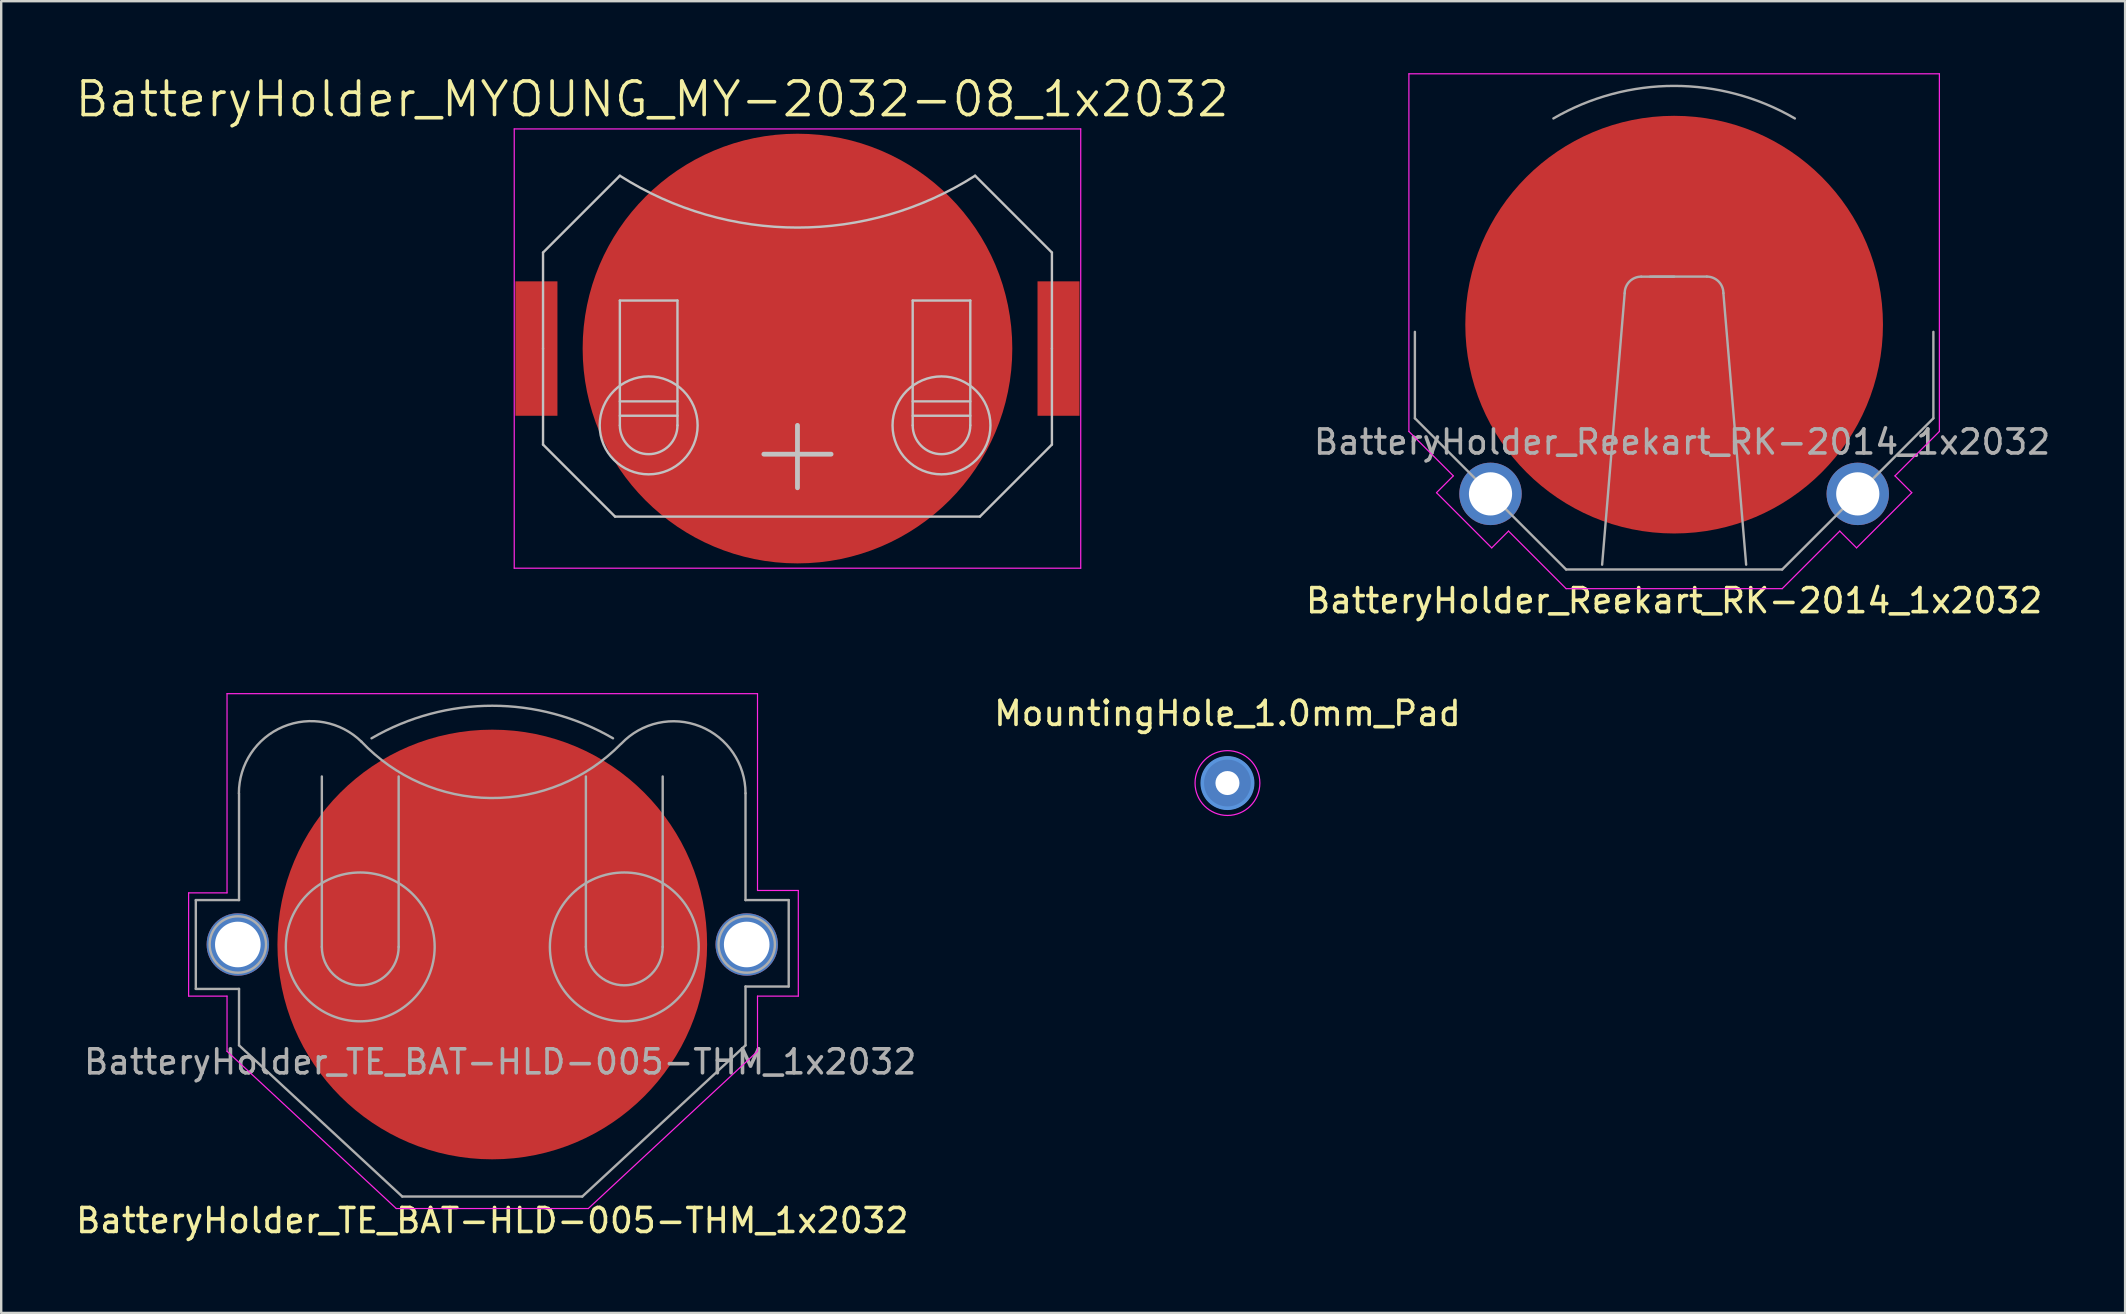
<source format=kicad_pcb>
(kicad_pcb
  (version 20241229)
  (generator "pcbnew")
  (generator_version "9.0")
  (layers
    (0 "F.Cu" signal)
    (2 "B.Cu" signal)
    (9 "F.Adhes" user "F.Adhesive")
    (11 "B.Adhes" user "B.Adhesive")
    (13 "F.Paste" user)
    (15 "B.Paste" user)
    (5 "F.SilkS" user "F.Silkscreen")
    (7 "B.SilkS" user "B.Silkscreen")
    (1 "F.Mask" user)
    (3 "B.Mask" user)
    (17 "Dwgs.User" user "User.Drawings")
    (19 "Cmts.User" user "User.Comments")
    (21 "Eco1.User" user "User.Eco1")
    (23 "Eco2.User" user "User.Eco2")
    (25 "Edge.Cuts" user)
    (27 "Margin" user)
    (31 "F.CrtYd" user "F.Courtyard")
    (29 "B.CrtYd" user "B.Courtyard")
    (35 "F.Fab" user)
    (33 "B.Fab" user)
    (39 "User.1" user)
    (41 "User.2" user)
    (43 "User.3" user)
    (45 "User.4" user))
  (footprint "BatteryHolder_MYOUNG_MY-2032-08_1x2032"
    (layer "F.Cu")
    (at 30.173 11.471)
    (property "Reference" "BatteryHolder_MYOUNG_MY-2032-08_1x2032" (at -6.055 -10.389 0) (layer "F.SilkS") (effects (font (size 1.4 1.4) (thickness 0.15))))
    (attr smd)
    (fp_line (start -10.6 -4) (end -7.4 -7.2) (stroke (width 0.1) (type default)) (layer "Dwgs.User"))
    (fp_line (start -10.6 0) (end -10.6 -4) (stroke (width 0.1) (type default)) (layer "Dwgs.User"))
    (fp_line (start -10.6 4) (end -10.6 0) (stroke (width 0.1) (type default)) (layer "Dwgs.User"))
    (fp_line (start -7.6 7) (end -10.6 4) (stroke (width 0.1) (type default)) (layer "Dwgs.User"))
    (fp_line (start -7.4 -2) (end -5 -2) (stroke (width 0.1) (type default)) (layer "Dwgs.User"))
    (fp_line (start -7.4 2.2) (end -5 2.2) (stroke (width 0.1) (type default)) (layer "Dwgs.User"))
    (fp_line (start -7.4 2.8) (end -5 2.8) (stroke (width 0.1) (type default)) (layer "Dwgs.User"))
    (fp_line (start -7.4 3.2) (end -7.4 -2) (stroke (width 0.1) (type default)) (layer "Dwgs.User"))
    (fp_line (start -5 -2) (end -5 3.2) (stroke (width 0.1) (type default)) (layer "Dwgs.User"))
    (fp_line (start -1.4 4.4) (end 1.4 4.4) (stroke (width 0.2) (type default)) (layer "Dwgs.User"))
    (fp_line (start 0 5.8) (end 0 3.2) (stroke (width 0.2) (type default)) (layer "Dwgs.User"))
    (fp_line (start 4.8 -2) (end 7.2 -2) (stroke (width 0.1) (type default)) (layer "Dwgs.User"))
    (fp_line (start 4.8 2.8) (end 7.2 2.8) (stroke (width 0.1) (type default)) (layer "Dwgs.User"))
    (fp_line (start 4.8 3.2) (end 4.8 -2) (stroke (width 0.1) (type default)) (layer "Dwgs.User"))
    (fp_line (start 7.2 -2) (end 7.2 3.2) (stroke (width 0.1) (type default)) (layer "Dwgs.User"))
    (fp_line (start 7.2 2.2) (end 4.8 2.2) (stroke (width 0.1) (type default)) (layer "Dwgs.User"))
    (fp_line (start 7.6 7) (end -7.6 7) (stroke (width 0.1) (type default)) (layer "Dwgs.User"))
    (fp_line (start 10.6 -4) (end 7.4 -7.2) (stroke (width 0.1) (type default)) (layer "Dwgs.User"))
    (fp_line (start 10.6 0) (end 10.6 -4) (stroke (width 0.1) (type default)) (layer "Dwgs.User"))
    (fp_line (start 10.6 0) (end 10.6 4) (stroke (width 0.1) (type default)) (layer "Dwgs.User"))
    (fp_line (start 10.6 4) (end 7.6 7) (stroke (width 0.1) (type default)) (layer "Dwgs.User"))
    (fp_arc (start -5 3.2) (mid -6.2 4.4) (end -7.4 3.2) (stroke (width 0.1) (type default)) (layer "Dwgs.User"))
    (fp_arc (start 7.2 3.2) (mid 6 4.4) (end 4.8 3.2) (stroke (width 0.1) (type default)) (layer "Dwgs.User"))
    (fp_arc (start 7.4 -7.2) (mid 0 -5.04064) (end -7.4 -7.2) (stroke (width 0.1) (type default)) (layer "Dwgs.User"))
    (fp_circle (center -6.2 3.2) (end -4.2 3.6) (stroke (width 0.1) (type default)) (fill no) (layer "Dwgs.User"))
    (fp_circle (center 6 3.2) (end 8 3.6) (stroke (width 0.1) (type default)) (fill no) (layer "Dwgs.User"))
    (fp_line (start -11.8 -9.15) (end 11.8 -9.15) (stroke (width 0.05) (type solid)) (layer "F.CrtYd"))
    (fp_line (start -11.8 9.15) (end -11.8 -9.15) (stroke (width 0.05) (type solid)) (layer "F.CrtYd"))
    (fp_line (start 11.8 -9.15) (end 11.8 9.15) (stroke (width 0.05) (type solid)) (layer "F.CrtYd"))
    (fp_line (start 11.8 9.15) (end -11.8 9.15) (stroke (width 0.05) (type solid)) (layer "F.CrtYd"))
    (pad "1" smd rect (at -10.875 0) (size 1.75 5.6) (layers "F.Cu" "F.Mask" "F.Paste"))
    (pad "1" smd rect (at 10.875 0) (size 1.75 5.6) (layers "F.Cu" "F.Mask" "F.Paste"))
    (pad "2" smd circle (at 0 0) (size 17.9 17.9) (layers "F.Cu" "F.Mask")))
  (footprint "BatteryHolder_TE_BAT-HLD-005-THM_1x2032"
    (layer "F.Cu")
    (at 17.458 36.298)
    (property "Reference" "BatteryHolder_TE_BAT-HLD-005-THM_1x2032" (at 0 11.5 0) (layer "F.SilkS") (effects (font (size 1 1) (thickness 0.15))))
    (attr through_hole)
    (fp_line (start -12.65 -2.15) (end -12.65 2.15) (stroke (width 0.05) (type solid)) (layer "F.CrtYd"))
    (fp_line (start -12.65 -2.15) (end -11.05 -2.15) (stroke (width 0.05) (type solid)) (layer "F.CrtYd"))
    (fp_line (start -12.65 2.15) (end -11.05 2.15) (stroke (width 0.05) (type solid)) (layer "F.CrtYd"))
    (fp_line (start -11.05 -10.45) (end 11.05 -10.45) (stroke (width 0.05) (type solid)) (layer "F.CrtYd"))
    (fp_line (start -11.05 -2.15) (end -11.05 -10.45) (stroke (width 0.05) (type solid)) (layer "F.CrtYd"))
    (fp_line (start -11.05 2.15) (end -11.05 4.45) (stroke (width 0.05) (type solid)) (layer "F.CrtYd"))
    (fp_line (start -11.05 4.45) (end -4 11) (stroke (width 0.05) (type solid)) (layer "F.CrtYd"))
    (fp_line (start -4 11) (end 4 11) (stroke (width 0.05) (type solid)) (layer "F.CrtYd"))
    (fp_line (start 4 11) (end 11.05 4.45) (stroke (width 0.05) (type solid)) (layer "F.CrtYd"))
    (fp_line (start 11.05 -2.25) (end 11.05 -10.45) (stroke (width 0.05) (type solid)) (layer "F.CrtYd"))
    (fp_line (start 11.05 -2.25) (end 12.75 -2.25) (stroke (width 0.05) (type solid)) (layer "F.CrtYd"))
    (fp_line (start 11.05 2.15) (end 11.05 4.45) (stroke (width 0.05) (type solid)) (layer "F.CrtYd"))
    (fp_line (start 11.05 2.15) (end 12.75 2.15) (stroke (width 0.05) (type solid)) (layer "F.CrtYd"))
    (fp_line (start 12.75 2.15) (end 12.75 -2.25) (stroke (width 0.05) (type solid)) (layer "F.CrtYd"))
    (fp_line (start -12.35 -1.85) (end -12.35 1.85) (stroke (width 0.1) (type solid)) (layer "F.Fab"))
    (fp_line (start -12.35 -1.85) (end -10.55 -1.85) (stroke (width 0.1) (type solid)) (layer "F.Fab"))
    (fp_line (start -12.35 1.85) (end -10.55 1.85) (stroke (width 0.1) (type solid)) (layer "F.Fab"))
    (fp_line (start -10.55 -6.29) (end -10.55 -1.85) (stroke (width 0.1) (type solid)) (layer "F.Fab"))
    (fp_line (start -10.55 1.85) (end -10.55 4.2) (stroke (width 0.1) (type solid)) (layer "F.Fab"))
    (fp_line (start -10.55 4.2) (end -3.75 10.5) (stroke (width 0.1) (type solid)) (layer "F.Fab"))
    (fp_line (start -7.1 0.1) (end -7.1 -7) (stroke (width 0.1) (type solid)) (layer "F.Fab"))
    (fp_line (start -3.9 0.1) (end -3.9 -7) (stroke (width 0.1) (type solid)) (layer "F.Fab"))
    (fp_line (start -3.75 10.5) (end 3.75 10.5) (stroke (width 0.1) (type solid)) (layer "F.Fab"))
    (fp_line (start 3.9 0.1) (end 3.9 -7) (stroke (width 0.1) (type solid)) (layer "F.Fab"))
    (fp_line (start 7.1 0.1) (end 7.1 -7) (stroke (width 0.1) (type solid)) (layer "F.Fab"))
    (fp_line (start 10.55 -6.3) (end 10.55 -1.85) (stroke (width 0.1) (type solid)) (layer "F.Fab"))
    (fp_line (start 10.55 -1.85) (end 12.35 -1.85) (stroke (width 0.1) (type solid)) (layer "F.Fab"))
    (fp_line (start 10.55 1.75) (end 10.55 4.2) (stroke (width 0.1) (type solid)) (layer "F.Fab"))
    (fp_line (start 10.55 1.75) (end 12.35 1.75) (stroke (width 0.1) (type solid)) (layer "F.Fab"))
    (fp_line (start 10.55 4.2) (end 3.75 10.5) (stroke (width 0.1) (type solid)) (layer "F.Fab"))
    (fp_line (start 12.35 1.75) (end 12.35 -1.85) (stroke (width 0.1) (type solid)) (layer "F.Fab"))
    (fp_arc (start -10.55541 -6.3) (mid -8.716433 -9.069824) (end -5.450001 -8.449999) (stroke (width 0.1) (type solid)) (layer "F.Fab"))
    (fp_arc (start -5.03 -8.59) (mid 0.000119 -9.946168) (end 5.030206 -8.58988) (stroke (width 0.1) (type default)) (layer "F.Fab"))
    (fp_arc (start -3.9 0.1) (mid -5.5 1.7) (end -7.1 0.1) (stroke (width 0.1) (type solid)) (layer "F.Fab"))
    (fp_arc (start 5.351903 -8.348132) (mid -0.070711 -6.102001) (end -5.449999 -8.450001) (stroke (width 0.1) (type solid)) (layer "F.Fab"))
    (fp_arc (start 5.376326 -8.367641) (mid 8.663323 -9.085769) (end 10.55 -6.3) (stroke (width 0.1) (type solid)) (layer "F.Fab"))
    (fp_arc (start 7.1 0.1) (mid 5.5 1.7) (end 3.9 0.1) (stroke (width 0.1) (type solid)) (layer "F.Fab"))
    (fp_circle (center -10.6 0) (end -9.425 0) (stroke (width 0.1) (type solid)) (fill no) (layer "F.Fab"))
    (fp_circle (center -5.5 0.1) (end -2.4 0.1) (stroke (width 0.1) (type solid)) (fill no) (layer "F.Fab"))
    (fp_circle (center 5.5 0.1) (end 8.6 0.1) (stroke (width 0.1) (type solid)) (fill no) (layer "F.Fab"))
    (fp_circle (center 10.6 0) (end 11.775 0) (stroke (width 0.1) (type solid)) (fill no) (layer "F.Fab"))
    (fp_text user "${REFERENCE}" (at 0.33 4.89 0) (layer "F.Fab") (effects (font (size 1 1) (thickness 0.15))))
    (pad "1" thru_hole circle (at -10.6 0) (size 2.6 2.6) (drill 1.9) (layers "*.Cu" "*.Mask"))
    (pad "1" thru_hole circle (at 10.6 0) (size 2.6 2.6) (drill 1.9) (layers "*.Cu" "*.Mask"))
    (pad "2" smd circle (at 0 0) (size 17.9 17.9) (layers "F.Cu" "F.Mask" "F.Paste")))
  (footprint "BatteryHolder_Reekart_RK-2014_1x2032"
    (layer "F.Cu")
    (at 66.695 10.475)
    (property "Reference" "BatteryHolder_Reekart_RK-2014_1x2032" (at 0 11.5 0) (layer "F.SilkS") (effects (font (size 1 1) (thickness 0.15))))
    (attr through_hole)
    (fp_line (start -11.05 -10.45) (end 11.05 -10.45) (stroke (width 0.05) (type solid)) (layer "F.CrtYd"))
    (fp_line (start -11.05 4.45) (end -11.05 -10.45) (stroke (width 0.05) (type solid)) (layer "F.CrtYd"))
    (fp_line (start -9.9 7) (end -9.2 6.3) (stroke (width 0.05) (type default)) (layer "F.CrtYd"))
    (fp_line (start -9.2 6.3) (end -11.05 4.45) (stroke (width 0.05) (type default)) (layer "F.CrtYd"))
    (fp_line (start -7.6 9.3) (end -9.9 7) (stroke (width 0.05) (type default)) (layer "F.CrtYd"))
    (fp_line (start -6.9 8.6) (end -7.6 9.3) (stroke (width 0.05) (type default)) (layer "F.CrtYd"))
    (fp_line (start -6.9 8.6) (end -4.5 11) (stroke (width 0.05) (type solid)) (layer "F.CrtYd"))
    (fp_line (start -4.5 11) (end 4.5 11) (stroke (width 0.05) (type solid)) (layer "F.CrtYd"))
    (fp_line (start 4.5 11) (end 6.9 8.6) (stroke (width 0.05) (type solid)) (layer "F.CrtYd"))
    (fp_line (start 6.9 8.6) (end 7.6 9.3) (stroke (width 0.05) (type default)) (layer "F.CrtYd"))
    (fp_line (start 7.6 9.3) (end 9.9 7) (stroke (width 0.05) (type default)) (layer "F.CrtYd"))
    (fp_line (start 9.2 6.3) (end 11.05 4.45) (stroke (width 0.05) (type default)) (layer "F.CrtYd"))
    (fp_line (start 9.9 7) (end 9.2 6.3) (stroke (width 0.05) (type default)) (layer "F.CrtYd"))
    (fp_line (start 11.05 4.45) (end 11.05 -10.45) (stroke (width 0.05) (type solid)) (layer "F.CrtYd"))
    (fp_line (start -10.8 0.3) (end -10.8 3.9) (stroke (width 0.1) (type solid)) (layer "F.Fab"))
    (fp_line (start -4.5 10.2) (end -10.8 3.9) (stroke (width 0.1) (type default)) (layer "F.Fab"))
    (fp_line (start -4.5 10.2) (end 4.5 10.2) (stroke (width 0.1) (type solid)) (layer "F.Fab"))
    (fp_line (start -2.06 -1.31) (end -3 10) (stroke (width 0.1) (type default)) (layer "F.Fab"))
    (fp_line (start -1.37 -2) (end 1.362 -2.002) (stroke (width 0.1) (type default)) (layer "F.Fab"))
    (fp_line (start 0 -2) (end -1 -2) (stroke (width 0.1) (type default)) (layer "F.Fab"))
    (fp_line (start 2.052 -1.312) (end 3 10) (stroke (width 0.1) (type default)) (layer "F.Fab"))
    (fp_line (start 4.5 10.2) (end 10.8 3.9) (stroke (width 0.1) (type default)) (layer "F.Fab"))
    (fp_line (start 10.8 0.3) (end 10.8 3.9) (stroke (width 0.1) (type solid)) (layer "F.Fab"))
    (fp_arc (start -5.03 -8.59) (mid 0.000119 -9.946168) (end 5.030206 -8.58988) (stroke (width 0.1) (type default)) (layer "F.Fab"))
    (fp_arc (start -2.06 -1.31) (mid -1.857904 -1.797904) (end -1.37 -2) (stroke (width 0.1) (type default)) (layer "F.Fab"))
    (fp_arc (start 1.362096 -2.002096) (mid 1.85 -1.8) (end 2.052096 -1.312096) (stroke (width 0.1) (type default)) (layer "F.Fab"))
    (fp_text user "${REFERENCE}" (at 0.33 4.89 0) (layer "F.Fab") (effects (font (size 1 1) (thickness 0.15))))
    (pad "1" thru_hole circle (at -7.65 7.05) (size 2.6 2.6) (drill 1.8) (layers "*.Cu" "*.Mask"))
    (pad "1" thru_hole circle (at 7.65 7.05) (size 2.6 2.6) (drill 1.8) (layers "*.Cu" "*.Mask"))
    (pad "2" smd circle (at 0 0) (size 17.4 17.4) (layers "F.Cu" "F.Mask" "F.Paste")))
  (footprint "MountingHole_1.0mm_Pad"
    (layer "F.Cu")
    (at 48.086 29.572)
    (property "Reference" "MountingHole_1.0mm_Pad" (at 0 -2.9 0) (layer "F.SilkS") (effects (font (size 1 1) (thickness 0.15))))
    (attr exclude_from_pos_files exclude_from_bom)
    (fp_circle (center 0 0) (end 1.05 0) (stroke (width 0.15) (type solid)) (fill no) (layer "Cmts.User"))
    (fp_circle (center 0 0) (end 1.35 0) (stroke (width 0.05) (type solid)) (fill no) (layer "F.CrtYd"))
    (pad "1" thru_hole circle (at 0 0) (size 2.2 2.2) (drill 1) (layers "*.Cu" "*.Mask")))
  (gr_rect
    (start -3 -3)
    (end 85.483 51.647)
    (stroke (width 0.1) (type default))
    (fill no)
    (layer "Edge.Cuts")))
</source>
